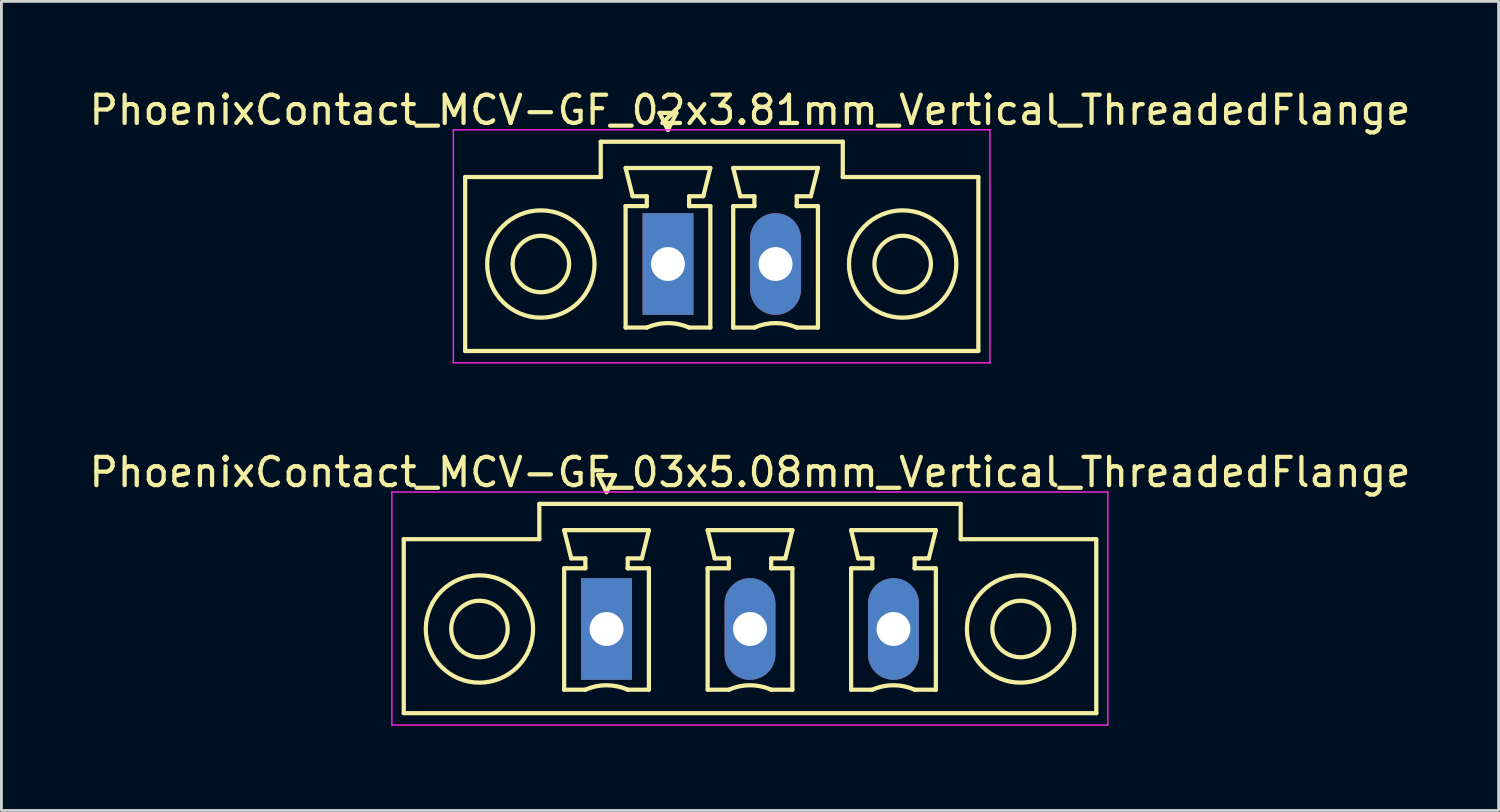
<source format=kicad_pcb>
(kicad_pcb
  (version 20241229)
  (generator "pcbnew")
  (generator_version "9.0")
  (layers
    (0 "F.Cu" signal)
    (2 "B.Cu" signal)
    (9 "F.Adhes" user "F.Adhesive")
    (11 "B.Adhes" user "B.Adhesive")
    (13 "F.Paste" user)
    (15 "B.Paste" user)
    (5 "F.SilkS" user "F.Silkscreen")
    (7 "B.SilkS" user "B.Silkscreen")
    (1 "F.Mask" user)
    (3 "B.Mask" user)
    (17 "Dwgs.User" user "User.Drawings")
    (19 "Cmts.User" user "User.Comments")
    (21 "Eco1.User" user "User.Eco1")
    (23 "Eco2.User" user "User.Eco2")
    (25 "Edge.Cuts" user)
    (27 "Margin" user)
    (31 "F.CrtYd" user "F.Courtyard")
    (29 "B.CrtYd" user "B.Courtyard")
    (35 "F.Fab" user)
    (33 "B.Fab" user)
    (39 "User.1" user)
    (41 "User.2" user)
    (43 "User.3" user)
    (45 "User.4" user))
  (footprint "PhoenixContact_MCV-GF_02x3.81mm_Vertical_ThreadedFlange"
    (layer "F.Cu")
    (at 20.601 6.298)
    (property "Reference" "PhoenixContact_MCV-GF_02x3.81mm_Vertical_ThreadedFlange" (at 2.905 -5.45 0) (layer "F.SilkS") (effects (font (size 1 1) (thickness 0.15))))
    (attr through_hole)
    (fp_line (start -7.18 -3.08) (end -7.18 3.08) (stroke (width 0.15) (type solid)) (layer "F.SilkS"))
    (fp_line (start -7.18 3.08) (end 10.99 3.08) (stroke (width 0.15) (type solid)) (layer "F.SilkS"))
    (fp_line (start -2.38 -4.33) (end -2.38 -3.08) (stroke (width 0.15) (type solid)) (layer "F.SilkS"))
    (fp_line (start -2.38 -3.08) (end -7.18 -3.08) (stroke (width 0.15) (type solid)) (layer "F.SilkS"))
    (fp_line (start -1.5 -3.4) (end 1.5 -3.4) (stroke (width 0.15) (type solid)) (layer "F.SilkS"))
    (fp_line (start -1.5 -2.05) (end -0.75 -2.05) (stroke (width 0.15) (type solid)) (layer "F.SilkS"))
    (fp_line (start -1.5 2.25) (end -1.5 -2.05) (stroke (width 0.15) (type solid)) (layer "F.SilkS"))
    (fp_line (start -1.25 -2.4) (end -1.5 -3.4) (stroke (width 0.15) (type solid)) (layer "F.SilkS"))
    (fp_line (start -0.75 -2.4) (end -1.25 -2.4) (stroke (width 0.15) (type solid)) (layer "F.SilkS"))
    (fp_line (start -0.75 -2.05) (end -0.75 -2.4) (stroke (width 0.15) (type solid)) (layer "F.SilkS"))
    (fp_line (start -0.75 2.25) (end -1.5 2.25) (stroke (width 0.15) (type solid)) (layer "F.SilkS"))
    (fp_line (start -0.3 -5.35) (end 0 -4.75) (stroke (width 0.15) (type solid)) (layer "F.SilkS"))
    (fp_line (start 0 -4.75) (end 0.3 -5.35) (stroke (width 0.15) (type solid)) (layer "F.SilkS"))
    (fp_line (start 0.3 -5.35) (end -0.3 -5.35) (stroke (width 0.15) (type solid)) (layer "F.SilkS"))
    (fp_line (start 0.75 -2.4) (end 0.75 -2.05) (stroke (width 0.15) (type solid)) (layer "F.SilkS"))
    (fp_line (start 0.75 -2.05) (end 0.75 -2.05) (stroke (width 0.15) (type solid)) (layer "F.SilkS"))
    (fp_line (start 0.75 -2.05) (end 1.5 -2.05) (stroke (width 0.15) (type solid)) (layer "F.SilkS"))
    (fp_line (start 1.25 -2.4) (end 0.75 -2.4) (stroke (width 0.15) (type solid)) (layer "F.SilkS"))
    (fp_line (start 1.5 -3.4) (end 1.25 -2.4) (stroke (width 0.15) (type solid)) (layer "F.SilkS"))
    (fp_line (start 1.5 -2.05) (end 1.5 2.25) (stroke (width 0.15) (type solid)) (layer "F.SilkS"))
    (fp_line (start 1.5 2.25) (end 0.75 2.25) (stroke (width 0.15) (type solid)) (layer "F.SilkS"))
    (fp_line (start 2.31 -3.4) (end 5.31 -3.4) (stroke (width 0.15) (type solid)) (layer "F.SilkS"))
    (fp_line (start 2.31 -2.05) (end 3.06 -2.05) (stroke (width 0.15) (type solid)) (layer "F.SilkS"))
    (fp_line (start 2.31 2.25) (end 2.31 -2.05) (stroke (width 0.15) (type solid)) (layer "F.SilkS"))
    (fp_line (start 2.56 -2.4) (end 2.31 -3.4) (stroke (width 0.15) (type solid)) (layer "F.SilkS"))
    (fp_line (start 3.06 -2.4) (end 2.56 -2.4) (stroke (width 0.15) (type solid)) (layer "F.SilkS"))
    (fp_line (start 3.06 -2.05) (end 3.06 -2.4) (stroke (width 0.15) (type solid)) (layer "F.SilkS"))
    (fp_line (start 3.06 2.25) (end 2.31 2.25) (stroke (width 0.15) (type solid)) (layer "F.SilkS"))
    (fp_line (start 4.56 -2.4) (end 4.56 -2.05) (stroke (width 0.15) (type solid)) (layer "F.SilkS"))
    (fp_line (start 4.56 -2.05) (end 4.56 -2.05) (stroke (width 0.15) (type solid)) (layer "F.SilkS"))
    (fp_line (start 4.56 -2.05) (end 5.31 -2.05) (stroke (width 0.15) (type solid)) (layer "F.SilkS"))
    (fp_line (start 5.06 -2.4) (end 4.56 -2.4) (stroke (width 0.15) (type solid)) (layer "F.SilkS"))
    (fp_line (start 5.31 -3.4) (end 5.06 -2.4) (stroke (width 0.15) (type solid)) (layer "F.SilkS"))
    (fp_line (start 5.31 -2.05) (end 5.31 2.25) (stroke (width 0.15) (type solid)) (layer "F.SilkS"))
    (fp_line (start 5.31 2.25) (end 4.56 2.25) (stroke (width 0.15) (type solid)) (layer "F.SilkS"))
    (fp_line (start 6.19 -4.33) (end -2.38 -4.33) (stroke (width 0.15) (type solid)) (layer "F.SilkS"))
    (fp_line (start 6.19 -3.08) (end 6.19 -4.33) (stroke (width 0.15) (type solid)) (layer "F.SilkS"))
    (fp_line (start 10.99 -3.08) (end 6.19 -3.08) (stroke (width 0.15) (type solid)) (layer "F.SilkS"))
    (fp_line (start 10.99 3.08) (end 10.99 -3.08) (stroke (width 0.15) (type solid)) (layer "F.SilkS"))
    (fp_arc (start -0.75 2.25) (mid -0.000193 2.09191) (end 0.749647 2.249844) (stroke (width 0.15) (type solid)) (layer "F.SilkS"))
    (fp_arc (start 3.06 2.25) (mid 3.809807 2.09191) (end 4.559647 2.249844) (stroke (width 0.15) (type solid)) (layer "F.SilkS"))
    (fp_circle (center -4.5 0) (end -3.5 0) (stroke (width 0.15) (type solid)) (fill no) (layer "F.SilkS"))
    (fp_circle (center -4.5 0) (end -2.6 0) (stroke (width 0.15) (type solid)) (fill no) (layer "F.SilkS"))
    (fp_circle (center 8.31 0) (end 9.31 0) (stroke (width 0.15) (type solid)) (fill no) (layer "F.SilkS"))
    (fp_circle (center 8.31 0) (end 10.21 0) (stroke (width 0.15) (type solid)) (fill no) (layer "F.SilkS"))
    (fp_line (start -7.6 -4.75) (end -7.6 3.5) (stroke (width 0.05) (type solid)) (layer "F.CrtYd"))
    (fp_line (start -7.6 3.5) (end 11.4 3.5) (stroke (width 0.05) (type solid)) (layer "F.CrtYd"))
    (fp_line (start 11.4 -4.75) (end -7.6 -4.75) (stroke (width 0.05) (type solid)) (layer "F.CrtYd"))
    (fp_line (start 11.4 3.5) (end 11.4 -4.75) (stroke (width 0.05) (type solid)) (layer "F.CrtYd"))
    (pad "1" thru_hole rect (at 0 0) (size 1.8 3.6) (drill 1.2) (layers "*.Cu" "*.Mask"))
    (pad "2" thru_hole oval (at 3.81 0) (size 1.8 3.6) (drill 1.2) (layers "*.Cu" "*.Mask")))
  (footprint "PhoenixContact_MCV-GF_03x5.08mm_Vertical_ThreadedFlange"
    (layer "F.Cu")
    (at 18.426 19.221)
    (property "Reference" "PhoenixContact_MCV-GF_03x5.08mm_Vertical_ThreadedFlange" (at 5.08 -5.55 0) (layer "F.SilkS") (effects (font (size 1 1) (thickness 0.15))))
    (attr through_hole)
    (fp_line (start -7.18 -3.18) (end -7.18 2.98) (stroke (width 0.15) (type solid)) (layer "F.SilkS"))
    (fp_line (start -7.18 2.98) (end 17.34 2.98) (stroke (width 0.15) (type solid)) (layer "F.SilkS"))
    (fp_line (start -2.38 -4.43) (end -2.38 -3.18) (stroke (width 0.15) (type solid)) (layer "F.SilkS"))
    (fp_line (start -2.38 -3.18) (end -7.18 -3.18) (stroke (width 0.15) (type solid)) (layer "F.SilkS"))
    (fp_line (start -1.5 -3.5) (end 1.5 -3.5) (stroke (width 0.15) (type solid)) (layer "F.SilkS"))
    (fp_line (start -1.5 -2.15) (end -0.75 -2.15) (stroke (width 0.15) (type solid)) (layer "F.SilkS"))
    (fp_line (start -1.5 2.15) (end -1.5 -2.15) (stroke (width 0.15) (type solid)) (layer "F.SilkS"))
    (fp_line (start -1.25 -2.5) (end -1.5 -3.5) (stroke (width 0.15) (type solid)) (layer "F.SilkS"))
    (fp_line (start -0.75 -2.5) (end -1.25 -2.5) (stroke (width 0.15) (type solid)) (layer "F.SilkS"))
    (fp_line (start -0.75 -2.15) (end -0.75 -2.5) (stroke (width 0.15) (type solid)) (layer "F.SilkS"))
    (fp_line (start -0.75 2.15) (end -1.5 2.15) (stroke (width 0.15) (type solid)) (layer "F.SilkS"))
    (fp_line (start -0.3 -5.45) (end 0 -4.85) (stroke (width 0.15) (type solid)) (layer "F.SilkS"))
    (fp_line (start 0 -4.85) (end 0.3 -5.45) (stroke (width 0.15) (type solid)) (layer "F.SilkS"))
    (fp_line (start 0.3 -5.45) (end -0.3 -5.45) (stroke (width 0.15) (type solid)) (layer "F.SilkS"))
    (fp_line (start 0.75 -2.5) (end 0.75 -2.15) (stroke (width 0.15) (type solid)) (layer "F.SilkS"))
    (fp_line (start 0.75 -2.15) (end 0.75 -2.15) (stroke (width 0.15) (type solid)) (layer "F.SilkS"))
    (fp_line (start 0.75 -2.15) (end 1.5 -2.15) (stroke (width 0.15) (type solid)) (layer "F.SilkS"))
    (fp_line (start 1.25 -2.5) (end 0.75 -2.5) (stroke (width 0.15) (type solid)) (layer "F.SilkS"))
    (fp_line (start 1.5 -3.5) (end 1.25 -2.5) (stroke (width 0.15) (type solid)) (layer "F.SilkS"))
    (fp_line (start 1.5 -2.15) (end 1.5 2.15) (stroke (width 0.15) (type solid)) (layer "F.SilkS"))
    (fp_line (start 1.5 2.15) (end 0.75 2.15) (stroke (width 0.15) (type solid)) (layer "F.SilkS"))
    (fp_line (start 3.58 -3.5) (end 6.58 -3.5) (stroke (width 0.15) (type solid)) (layer "F.SilkS"))
    (fp_line (start 3.58 -2.15) (end 4.33 -2.15) (stroke (width 0.15) (type solid)) (layer "F.SilkS"))
    (fp_line (start 3.58 2.15) (end 3.58 -2.15) (stroke (width 0.15) (type solid)) (layer "F.SilkS"))
    (fp_line (start 3.83 -2.5) (end 3.58 -3.5) (stroke (width 0.15) (type solid)) (layer "F.SilkS"))
    (fp_line (start 4.33 -2.5) (end 3.83 -2.5) (stroke (width 0.15) (type solid)) (layer "F.SilkS"))
    (fp_line (start 4.33 -2.15) (end 4.33 -2.5) (stroke (width 0.15) (type solid)) (layer "F.SilkS"))
    (fp_line (start 4.33 2.15) (end 3.58 2.15) (stroke (width 0.15) (type solid)) (layer "F.SilkS"))
    (fp_line (start 5.83 -2.5) (end 5.83 -2.15) (stroke (width 0.15) (type solid)) (layer "F.SilkS"))
    (fp_line (start 5.83 -2.15) (end 5.83 -2.15) (stroke (width 0.15) (type solid)) (layer "F.SilkS"))
    (fp_line (start 5.83 -2.15) (end 6.58 -2.15) (stroke (width 0.15) (type solid)) (layer "F.SilkS"))
    (fp_line (start 6.33 -2.5) (end 5.83 -2.5) (stroke (width 0.15) (type solid)) (layer "F.SilkS"))
    (fp_line (start 6.58 -3.5) (end 6.33 -2.5) (stroke (width 0.15) (type solid)) (layer "F.SilkS"))
    (fp_line (start 6.58 -2.15) (end 6.58 2.15) (stroke (width 0.15) (type solid)) (layer "F.SilkS"))
    (fp_line (start 6.58 2.15) (end 5.83 2.15) (stroke (width 0.15) (type solid)) (layer "F.SilkS"))
    (fp_line (start 8.66 -3.5) (end 11.66 -3.5) (stroke (width 0.15) (type solid)) (layer "F.SilkS"))
    (fp_line (start 8.66 -2.15) (end 9.41 -2.15) (stroke (width 0.15) (type solid)) (layer "F.SilkS"))
    (fp_line (start 8.66 2.15) (end 8.66 -2.15) (stroke (width 0.15) (type solid)) (layer "F.SilkS"))
    (fp_line (start 8.91 -2.5) (end 8.66 -3.5) (stroke (width 0.15) (type solid)) (layer "F.SilkS"))
    (fp_line (start 9.41 -2.5) (end 8.91 -2.5) (stroke (width 0.15) (type solid)) (layer "F.SilkS"))
    (fp_line (start 9.41 -2.15) (end 9.41 -2.5) (stroke (width 0.15) (type solid)) (layer "F.SilkS"))
    (fp_line (start 9.41 2.15) (end 8.66 2.15) (stroke (width 0.15) (type solid)) (layer "F.SilkS"))
    (fp_line (start 10.91 -2.5) (end 10.91 -2.15) (stroke (width 0.15) (type solid)) (layer "F.SilkS"))
    (fp_line (start 10.91 -2.15) (end 10.91 -2.15) (stroke (width 0.15) (type solid)) (layer "F.SilkS"))
    (fp_line (start 10.91 -2.15) (end 11.66 -2.15) (stroke (width 0.15) (type solid)) (layer "F.SilkS"))
    (fp_line (start 11.41 -2.5) (end 10.91 -2.5) (stroke (width 0.15) (type solid)) (layer "F.SilkS"))
    (fp_line (start 11.66 -3.5) (end 11.41 -2.5) (stroke (width 0.15) (type solid)) (layer "F.SilkS"))
    (fp_line (start 11.66 -2.15) (end 11.66 2.15) (stroke (width 0.15) (type solid)) (layer "F.SilkS"))
    (fp_line (start 11.66 2.15) (end 10.91 2.15) (stroke (width 0.15) (type solid)) (layer "F.SilkS"))
    (fp_line (start 12.54 -4.43) (end -2.38 -4.43) (stroke (width 0.15) (type solid)) (layer "F.SilkS"))
    (fp_line (start 12.54 -3.18) (end 12.54 -4.43) (stroke (width 0.15) (type solid)) (layer "F.SilkS"))
    (fp_line (start 17.34 -3.18) (end 12.54 -3.18) (stroke (width 0.15) (type solid)) (layer "F.SilkS"))
    (fp_line (start 17.34 2.98) (end 17.34 -3.18) (stroke (width 0.15) (type solid)) (layer "F.SilkS"))
    (fp_arc (start -0.75 2.15) (mid -0.000193 1.99191) (end 0.749647 2.149844) (stroke (width 0.15) (type solid)) (layer "F.SilkS"))
    (fp_arc (start 4.33 2.15) (mid 5.079807 1.99191) (end 5.829647 2.149844) (stroke (width 0.15) (type solid)) (layer "F.SilkS"))
    (fp_arc (start 9.41 2.15) (mid 10.159807 1.99191) (end 10.909647 2.149844) (stroke (width 0.15) (type solid)) (layer "F.SilkS"))
    (fp_circle (center -4.5 0) (end -3.5 0) (stroke (width 0.15) (type solid)) (fill no) (layer "F.SilkS"))
    (fp_circle (center -4.5 0) (end -2.6 0) (stroke (width 0.15) (type solid)) (fill no) (layer "F.SilkS"))
    (fp_circle (center 14.66 0) (end 15.66 0) (stroke (width 0.15) (type solid)) (fill no) (layer "F.SilkS"))
    (fp_circle (center 14.66 0) (end 16.56 0) (stroke (width 0.15) (type solid)) (fill no) (layer "F.SilkS"))
    (fp_line (start -7.6 -4.85) (end -7.6 3.4) (stroke (width 0.05) (type solid)) (layer "F.CrtYd"))
    (fp_line (start -7.6 3.4) (end 17.75 3.4) (stroke (width 0.05) (type solid)) (layer "F.CrtYd"))
    (fp_line (start 17.75 -4.85) (end -7.6 -4.85) (stroke (width 0.05) (type solid)) (layer "F.CrtYd"))
    (fp_line (start 17.75 3.4) (end 17.75 -4.85) (stroke (width 0.05) (type solid)) (layer "F.CrtYd"))
    (pad "1" thru_hole rect (at 0 0) (size 1.8 3.6) (drill 1.2) (layers "*.Cu" "*.Mask"))
    (pad "2" thru_hole oval (at 5.08 0) (size 1.8 3.6) (drill 1.2) (layers "*.Cu" "*.Mask"))
    (pad "3" thru_hole oval (at 10.16 0) (size 1.8 3.6) (drill 1.2) (layers "*.Cu" "*.Mask")))
  (gr_rect
    (start -3 -3)
    (end 50.012 25.646)
    (stroke (width 0.1) (type default))
    (fill no)
    (layer "Edge.Cuts")))
</source>
